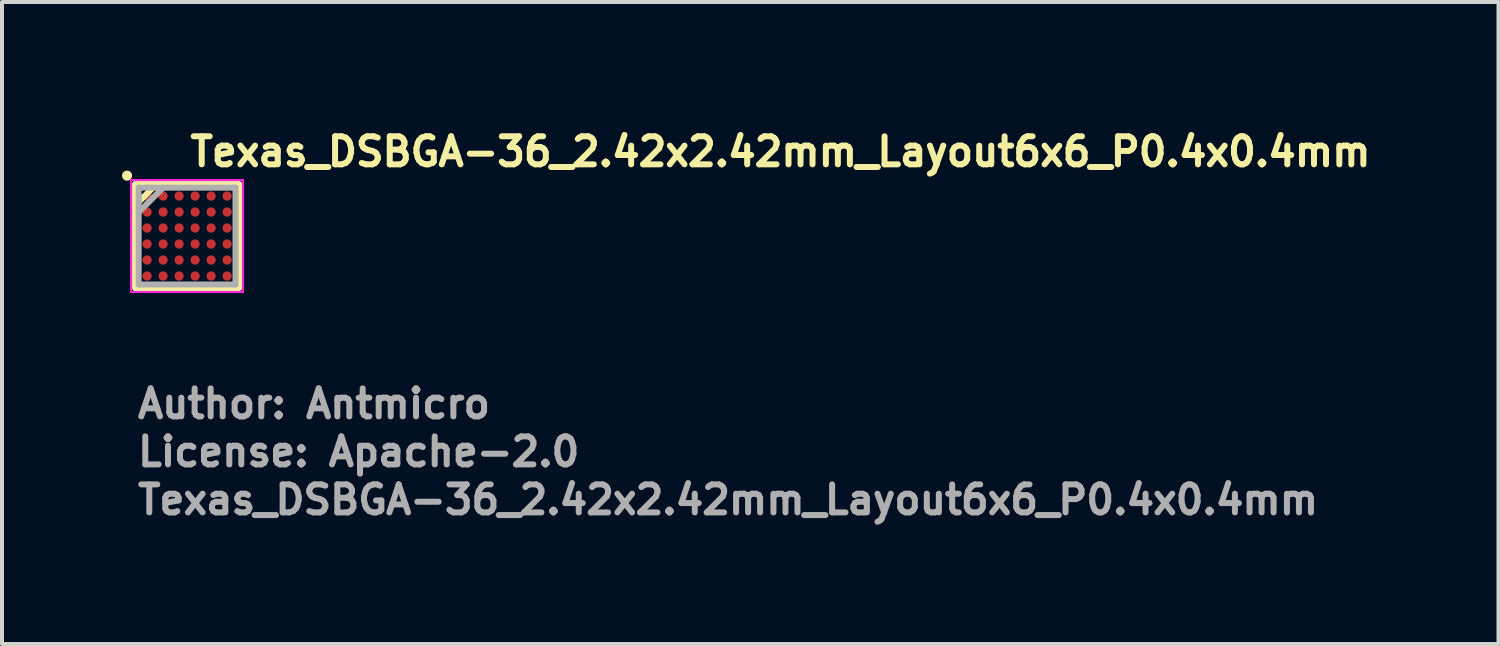
<source format=kicad_pcb>
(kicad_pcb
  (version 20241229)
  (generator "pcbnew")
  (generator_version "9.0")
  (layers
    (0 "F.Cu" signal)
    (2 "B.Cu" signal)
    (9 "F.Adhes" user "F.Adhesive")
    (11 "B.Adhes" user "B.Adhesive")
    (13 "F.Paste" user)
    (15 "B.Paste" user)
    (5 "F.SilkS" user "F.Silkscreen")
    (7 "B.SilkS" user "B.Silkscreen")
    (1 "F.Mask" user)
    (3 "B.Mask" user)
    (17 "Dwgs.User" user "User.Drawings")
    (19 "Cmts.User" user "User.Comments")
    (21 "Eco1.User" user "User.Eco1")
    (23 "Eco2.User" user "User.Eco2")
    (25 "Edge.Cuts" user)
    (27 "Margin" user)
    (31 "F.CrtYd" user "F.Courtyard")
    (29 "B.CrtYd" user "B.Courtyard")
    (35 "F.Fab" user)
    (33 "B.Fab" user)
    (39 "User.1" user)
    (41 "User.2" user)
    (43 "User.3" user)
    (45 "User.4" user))
  (footprint "Texas_DSBGA-36_2.42x2.42mm_Layout6x6_P0.4x0.4mm"
    (layer "F.Cu")
    (at 1.626 2.85)
    (property "Reference" "Texas_DSBGA-36_2.42x2.42mm_Layout6x6_P0.4x0.4mm" (at 0 -1.7 0) (layer "F.SilkS") (effects (font (size 0.7 0.7) (thickness 0.15)) (justify left bottom)))
    (attr smd)
    (fp_line (start -1.262 -0.8) (end -0.8 -1.262) (stroke (width 0.15) (type solid)) (layer "F.SilkS"))
    (fp_rect (start 1.3 1.3) (end -1.3 -1.3) (stroke (width 0.15) (type solid)) (fill no) (layer "F.SilkS"))
    (fp_circle (center -1.5 -1.51) (end -1.449 -1.51) (stroke (width 0.15) (type solid)) (fill yes) (layer "F.SilkS"))
    (fp_rect (start -1.4 -1.4) (end 1.4 1.4) (stroke (width 0.05) (type solid)) (fill no) (layer "F.CrtYd"))
    (fp_line (start -1.21 -1.21) (end 1.21 -1.21) (stroke (width 0.15) (type solid)) (layer "F.Fab"))
    (fp_line (start -1.21 -0.598) (end -0.598 -1.21) (stroke (width 0.15) (type solid)) (layer "F.Fab"))
    (fp_line (start -1.21 1.21) (end -1.21 -1.21) (stroke (width 0.15) (type solid)) (layer "F.Fab"))
    (fp_line (start 1.21 -1.21) (end 1.21 1.21) (stroke (width 0.15) (type solid)) (layer "F.Fab"))
    (fp_line (start 1.21 1.21) (end -1.21 1.21) (stroke (width 0.15) (type solid)) (layer "F.Fab"))
    (fp_rect (start -1.21 -1.21) (end 1.21 1.21) (stroke (width 0.1) (type solid)) (fill no) (layer "User.5"))
    (fp_line (start -1.21 -1.21) (end 1.21 -1.21) (stroke (width 0.02) (type solid)) (layer "User.9"))
    (fp_line (start -1.21 1.21) (end -1.21 -1.21) (stroke (width 0.02) (type solid)) (layer "User.9"))
    (fp_line (start -1.21 1.21) (end 1.21 1.21) (stroke (width 0.02) (type solid)) (layer "User.9"))
    (fp_line (start -1.058 -0.915) (end -1.058 -0.907) (stroke (width 0.02) (type solid)) (layer "User.9"))
    (fp_line (start -1.058 -0.907) (end -1.058 -0.907) (stroke (width 0.02) (type solid)) (layer "User.9"))
    (fp_line (start -1.058 -0.907) (end -1.058 -0.899) (stroke (width 0.02) (type solid)) (layer "User.9"))
    (fp_line (start -1.058 -0.899) (end -1.057 -0.892) (stroke (width 0.02) (type solid)) (layer "User.9"))
    (fp_line (start -1.057 -0.93) (end -1.057 -0.922) (stroke (width 0.02) (type solid)) (layer "User.9"))
    (fp_line (start -1.057 -0.922) (end -1.058 -0.915) (stroke (width 0.02) (type solid)) (layer "User.9"))
    (fp_line (start -1.057 -0.892) (end -1.057 -0.884) (stroke (width 0.02) (type solid)) (layer "User.9"))
    (fp_line (start -1.057 -0.884) (end -1.055 -0.877) (stroke (width 0.02) (type solid)) (layer "User.9"))
    (fp_line (start -1.055 -0.937) (end -1.057 -0.93) (stroke (width 0.02) (type solid)) (layer "User.9"))
    (fp_line (start -1.055 -0.877) (end -1.053 -0.869) (stroke (width 0.02) (type solid)) (layer "User.9"))
    (fp_line (start -1.053 -0.944) (end -1.055 -0.937) (stroke (width 0.02) (type solid)) (layer "User.9"))
    (fp_line (start -1.053 -0.869) (end -1.051 -0.862) (stroke (width 0.02) (type solid)) (layer "User.9"))
    (fp_line (start -1.051 -0.951) (end -1.053 -0.944) (stroke (width 0.02) (type solid)) (layer "User.9"))
    (fp_line (start -1.051 -0.862) (end -1.049 -0.855) (stroke (width 0.02) (type solid)) (layer "User.9"))
    (fp_line (start -1.049 -0.959) (end -1.051 -0.951) (stroke (width 0.02) (type solid)) (layer "User.9"))
    (fp_line (start -1.049 -0.855) (end -1.046 -0.848) (stroke (width 0.02) (type solid)) (layer "User.9"))
    (fp_line (start -1.046 -0.966) (end -1.049 -0.959) (stroke (width 0.02) (type solid)) (layer "User.9"))
    (fp_line (start -1.046 -0.848) (end -1.043 -0.841) (stroke (width 0.02) (type solid)) (layer "User.9"))
    (fp_line (start -1.043 -0.973) (end -1.046 -0.966) (stroke (width 0.02) (type solid)) (layer "User.9"))
    (fp_line (start -1.043 -0.841) (end -1.04 -0.835) (stroke (width 0.02) (type solid)) (layer "User.9"))
    (fp_line (start -1.04 -0.979) (end -1.043 -0.973) (stroke (width 0.02) (type solid)) (layer "User.9"))
    (fp_line (start -1.04 -0.835) (end -1.036 -0.828) (stroke (width 0.02) (type solid)) (layer "User.9"))
    (fp_line (start -1.036 -0.985) (end -1.04 -0.979) (stroke (width 0.02) (type solid)) (layer "User.9"))
    (fp_line (start -1.036 -0.828) (end -1.032 -0.821) (stroke (width 0.02) (type solid)) (layer "User.9"))
    (fp_line (start -1.032 -0.992) (end -1.036 -0.985) (stroke (width 0.02) (type solid)) (layer "User.9"))
    (fp_line (start -1.032 -0.821) (end -1.028 -0.816) (stroke (width 0.02) (type solid)) (layer "User.9"))
    (fp_line (start -1.028 -0.997) (end -1.032 -0.992) (stroke (width 0.02) (type solid)) (layer "User.9"))
    (fp_line (start -1.028 -0.816) (end -1.024 -0.811) (stroke (width 0.02) (type solid)) (layer "User.9"))
    (fp_line (start -1.024 -1.002) (end -1.028 -0.997) (stroke (width 0.02) (type solid)) (layer "User.9"))
    (fp_line (start -1.024 -0.811) (end -1.018 -0.805) (stroke (width 0.02) (type solid)) (layer "User.9"))
    (fp_line (start -1.018 -1.008) (end -1.024 -1.002) (stroke (width 0.02) (type solid)) (layer "User.9"))
    (fp_line (start -1.018 -0.805) (end -1.014 -0.8) (stroke (width 0.02) (type solid)) (layer "User.9"))
    (fp_line (start -1.014 -1.014) (end -1.018 -1.008) (stroke (width 0.02) (type solid)) (layer "User.9"))
    (fp_line (start -1.014 -0.8) (end -1.008 -0.795) (stroke (width 0.02) (type solid)) (layer "User.9"))
    (fp_line (start -1.008 -1.018) (end -1.014 -1.014) (stroke (width 0.02) (type solid)) (layer "User.9"))
    (fp_line (start -1.008 -0.795) (end -1.002 -0.79) (stroke (width 0.02) (type solid)) (layer "User.9"))
    (fp_line (start -1.002 -1.024) (end -1.008 -1.018) (stroke (width 0.02) (type solid)) (layer "User.9"))
    (fp_line (start -1.002 -0.79) (end -0.997 -0.786) (stroke (width 0.02) (type solid)) (layer "User.9"))
    (fp_line (start -0.997 -1.028) (end -1.002 -1.024) (stroke (width 0.02) (type solid)) (layer "User.9"))
    (fp_line (start -0.997 -0.786) (end -0.992 -0.782) (stroke (width 0.02) (type solid)) (layer "User.9"))
    (fp_line (start -0.992 -1.032) (end -0.997 -1.028) (stroke (width 0.02) (type solid)) (layer "User.9"))
    (fp_line (start -0.992 -0.782) (end -0.985 -0.778) (stroke (width 0.02) (type solid)) (layer "User.9"))
    (fp_line (start -0.985 -1.036) (end -0.992 -1.032) (stroke (width 0.02) (type solid)) (layer "User.9"))
    (fp_line (start -0.985 -0.778) (end -0.979 -0.774) (stroke (width 0.02) (type solid)) (layer "User.9"))
    (fp_line (start -0.979 -1.04) (end -0.985 -1.036) (stroke (width 0.02) (type solid)) (layer "User.9"))
    (fp_line (start -0.979 -0.774) (end -0.973 -0.771) (stroke (width 0.02) (type solid)) (layer "User.9"))
    (fp_line (start -0.973 -1.043) (end -0.979 -1.04) (stroke (width 0.02) (type solid)) (layer "User.9"))
    (fp_line (start -0.973 -0.771) (end -0.966 -0.768) (stroke (width 0.02) (type solid)) (layer "User.9"))
    (fp_line (start -0.966 -1.046) (end -0.973 -1.043) (stroke (width 0.02) (type solid)) (layer "User.9"))
    (fp_line (start -0.966 -0.768) (end -0.959 -0.765) (stroke (width 0.02) (type solid)) (layer "User.9"))
    (fp_line (start -0.959 -1.049) (end -0.966 -1.046) (stroke (width 0.02) (type solid)) (layer "User.9"))
    (fp_line (start -0.959 -0.765) (end -0.951 -0.763) (stroke (width 0.02) (type solid)) (layer "User.9"))
    (fp_line (start -0.951 -1.051) (end -0.959 -1.049) (stroke (width 0.02) (type solid)) (layer "User.9"))
    (fp_line (start -0.951 -0.763) (end -0.944 -0.761) (stroke (width 0.02) (type solid)) (layer "User.9"))
    (fp_line (start -0.944 -1.053) (end -0.951 -1.051) (stroke (width 0.02) (type solid)) (layer "User.9"))
    (fp_line (start -0.944 -0.761) (end -0.937 -0.759) (stroke (width 0.02) (type solid)) (layer "User.9"))
    (fp_line (start -0.937 -1.055) (end -0.944 -1.053) (stroke (width 0.02) (type solid)) (layer "User.9"))
    (fp_line (start -0.937 -0.759) (end -0.93 -0.757) (stroke (width 0.02) (type solid)) (layer "User.9"))
    (fp_line (start -0.93 -1.057) (end -0.937 -1.055) (stroke (width 0.02) (type solid)) (layer "User.9"))
    (fp_line (start -0.93 -0.757) (end -0.922 -0.757) (stroke (width 0.02) (type solid)) (layer "User.9"))
    (fp_line (start -0.922 -1.057) (end -0.93 -1.057) (stroke (width 0.02) (type solid)) (layer "User.9"))
    (fp_line (start -0.922 -0.757) (end -0.915 -0.756) (stroke (width 0.02) (type solid)) (layer "User.9"))
    (fp_line (start -0.915 -1.058) (end -0.922 -1.057) (stroke (width 0.02) (type solid)) (layer "User.9"))
    (fp_line (start -0.915 -0.756) (end -0.907 -0.756) (stroke (width 0.02) (type solid)) (layer "User.9"))
    (fp_line (start -0.907 -1.058) (end -0.915 -1.058) (stroke (width 0.02) (type solid)) (layer "User.9"))
    (fp_line (start -0.907 -1.058) (end -0.907 -1.058) (stroke (width 0.02) (type solid)) (layer "User.9"))
    (fp_line (start -0.907 -0.756) (end -0.907 -0.756) (stroke (width 0.02) (type solid)) (layer "User.9"))
    (fp_line (start -0.907 -0.756) (end -0.899 -0.756) (stroke (width 0.02) (type solid)) (layer "User.9"))
    (fp_line (start -0.899 -1.058) (end -0.907 -1.058) (stroke (width 0.02) (type solid)) (layer "User.9"))
    (fp_line (start -0.899 -0.756) (end -0.892 -0.757) (stroke (width 0.02) (type solid)) (layer "User.9"))
    (fp_line (start -0.892 -1.057) (end -0.899 -1.058) (stroke (width 0.02) (type solid)) (layer "User.9"))
    (fp_line (start -0.892 -0.757) (end -0.884 -0.757) (stroke (width 0.02) (type solid)) (layer "User.9"))
    (fp_line (start -0.884 -1.057) (end -0.892 -1.057) (stroke (width 0.02) (type solid)) (layer "User.9"))
    (fp_line (start -0.884 -0.757) (end -0.877 -0.759) (stroke (width 0.02) (type solid)) (layer "User.9"))
    (fp_line (start -0.877 -1.055) (end -0.884 -1.057) (stroke (width 0.02) (type solid)) (layer "User.9"))
    (fp_line (start -0.877 -0.759) (end -0.869 -0.761) (stroke (width 0.02) (type solid)) (layer "User.9"))
    (fp_line (start -0.869 -1.053) (end -0.877 -1.055) (stroke (width 0.02) (type solid)) (layer "User.9"))
    (fp_line (start -0.869 -0.761) (end -0.862 -0.763) (stroke (width 0.02) (type solid)) (layer "User.9"))
    (fp_line (start -0.862 -1.051) (end -0.869 -1.053) (stroke (width 0.02) (type solid)) (layer "User.9"))
    (fp_line (start -0.862 -0.763) (end -0.855 -0.765) (stroke (width 0.02) (type solid)) (layer "User.9"))
    (fp_line (start -0.855 -1.049) (end -0.862 -1.051) (stroke (width 0.02) (type solid)) (layer "User.9"))
    (fp_line (start -0.855 -0.765) (end -0.848 -0.768) (stroke (width 0.02) (type solid)) (layer "User.9"))
    (fp_line (start -0.848 -1.046) (end -0.855 -1.049) (stroke (width 0.02) (type solid)) (layer "User.9"))
    (fp_line (start -0.848 -0.768) (end -0.841 -0.771) (stroke (width 0.02) (type solid)) (layer "User.9"))
    (fp_line (start -0.841 -1.043) (end -0.848 -1.046) (stroke (width 0.02) (type solid)) (layer "User.9"))
    (fp_line (start -0.841 -0.771) (end -0.835 -0.774) (stroke (width 0.02) (type solid)) (layer "User.9"))
    (fp_line (start -0.835 -1.04) (end -0.841 -1.043) (stroke (width 0.02) (type solid)) (layer "User.9"))
    (fp_line (start -0.835 -0.774) (end -0.828 -0.778) (stroke (width 0.02) (type solid)) (layer "User.9"))
    (fp_line (start -0.828 -1.036) (end -0.835 -1.04) (stroke (width 0.02) (type solid)) (layer "User.9"))
    (fp_line (start -0.828 -0.778) (end -0.821 -0.782) (stroke (width 0.02) (type solid)) (layer "User.9"))
    (fp_line (start -0.821 -1.032) (end -0.828 -1.036) (stroke (width 0.02) (type solid)) (layer "User.9"))
    (fp_line (start -0.821 -0.782) (end -0.816 -0.786) (stroke (width 0.02) (type solid)) (layer "User.9"))
    (fp_line (start -0.816 -1.028) (end -0.821 -1.032) (stroke (width 0.02) (type solid)) (layer "User.9"))
    (fp_line (start -0.816 -0.786) (end -0.811 -0.79) (stroke (width 0.02) (type solid)) (layer "User.9"))
    (fp_line (start -0.811 -1.024) (end -0.816 -1.028) (stroke (width 0.02) (type solid)) (layer "User.9"))
    (fp_line (start -0.811 -0.79) (end -0.805 -0.795) (stroke (width 0.02) (type solid)) (layer "User.9"))
    (fp_line (start -0.805 -1.018) (end -0.811 -1.024) (stroke (width 0.02) (type solid)) (layer "User.9"))
    (fp_line (start -0.805 -0.795) (end -0.8 -0.8) (stroke (width 0.02) (type solid)) (layer "User.9"))
    (fp_line (start -0.8 -1.014) (end -0.805 -1.018) (stroke (width 0.02) (type solid)) (layer "User.9"))
    (fp_line (start -0.8 -0.8) (end -0.795 -0.805) (stroke (width 0.02) (type solid)) (layer "User.9"))
    (fp_line (start -0.795 -1.008) (end -0.8 -1.014) (stroke (width 0.02) (type solid)) (layer "User.9"))
    (fp_line (start -0.795 -0.805) (end -0.79 -0.811) (stroke (width 0.02) (type solid)) (layer "User.9"))
    (fp_line (start -0.79 -1.002) (end -0.795 -1.008) (stroke (width 0.02) (type solid)) (layer "User.9"))
    (fp_line (start -0.79 -0.811) (end -0.786 -0.816) (stroke (width 0.02) (type solid)) (layer "User.9"))
    (fp_line (start -0.786 -0.997) (end -0.79 -1.002) (stroke (width 0.02) (type solid)) (layer "User.9"))
    (fp_line (start -0.786 -0.816) (end -0.782 -0.821) (stroke (width 0.02) (type solid)) (layer "User.9"))
    (fp_line (start -0.782 -0.992) (end -0.786 -0.997) (stroke (width 0.02) (type solid)) (layer "User.9"))
    (fp_line (start -0.782 -0.821) (end -0.778 -0.828) (stroke (width 0.02) (type solid)) (layer "User.9"))
    (fp_line (start -0.778 -0.985) (end -0.782 -0.992) (stroke (width 0.02) (type solid)) (layer "User.9"))
    (fp_line (start -0.778 -0.828) (end -0.774 -0.835) (stroke (width 0.02) (type solid)) (layer "User.9"))
    (fp_line (start -0.774 -0.979) (end -0.778 -0.985) (stroke (width 0.02) (type solid)) (layer "User.9"))
    (fp_line (start -0.774 -0.835) (end -0.771 -0.841) (stroke (width 0.02) (type solid)) (layer "User.9"))
    (fp_line (start -0.771 -0.973) (end -0.774 -0.979) (stroke (width 0.02) (type solid)) (layer "User.9"))
    (fp_line (start -0.771 -0.841) (end -0.768 -0.848) (stroke (width 0.02) (type solid)) (layer "User.9"))
    (fp_line (start -0.768 -0.966) (end -0.771 -0.973) (stroke (width 0.02) (type solid)) (layer "User.9"))
    (fp_line (start -0.768 -0.848) (end -0.765 -0.855) (stroke (width 0.02) (type solid)) (layer "User.9"))
    (fp_line (start -0.765 -0.959) (end -0.768 -0.966) (stroke (width 0.02) (type solid)) (layer "User.9"))
    (fp_line (start -0.765 -0.855) (end -0.763 -0.862) (stroke (width 0.02) (type solid)) (layer "User.9"))
    (fp_line (start -0.763 -0.951) (end -0.765 -0.959) (stroke (width 0.02) (type solid)) (layer "User.9"))
    (fp_line (start -0.763 -0.862) (end -0.761 -0.869) (stroke (width 0.02) (type solid)) (layer "User.9"))
    (fp_line (start -0.761 -0.944) (end -0.763 -0.951) (stroke (width 0.02) (type solid)) (layer "User.9"))
    (fp_line (start -0.761 -0.869) (end -0.759 -0.877) (stroke (width 0.02) (type solid)) (layer "User.9"))
    (fp_line (start -0.759 -0.937) (end -0.761 -0.944) (stroke (width 0.02) (type solid)) (layer "User.9"))
    (fp_line (start -0.759 -0.877) (end -0.757 -0.884) (stroke (width 0.02) (type solid)) (layer "User.9"))
    (fp_line (start -0.757 -0.93) (end -0.759 -0.937) (stroke (width 0.02) (type solid)) (layer "User.9"))
    (fp_line (start -0.757 -0.922) (end -0.757 -0.93) (stroke (width 0.02) (type solid)) (layer "User.9"))
    (fp_line (start -0.757 -0.892) (end -0.756 -0.899) (stroke (width 0.02) (type solid)) (layer "User.9"))
    (fp_line (start -0.757 -0.884) (end -0.757 -0.892) (stroke (width 0.02) (type solid)) (layer "User.9"))
    (fp_line (start -0.756 -0.915) (end -0.757 -0.922) (stroke (width 0.02) (type solid)) (layer "User.9"))
    (fp_line (start -0.756 -0.907) (end -0.756 -0.915) (stroke (width 0.02) (type solid)) (layer "User.9"))
    (fp_line (start -0.756 -0.907) (end -0.756 -0.907) (stroke (width 0.02) (type solid)) (layer "User.9"))
    (fp_line (start -0.756 -0.907) (end -0.756 -0.907) (stroke (width 0.02) (type solid)) (layer "User.9"))
    (fp_line (start -0.756 -0.899) (end -0.756 -0.907) (stroke (width 0.02) (type solid)) (layer "User.9"))
    (fp_line (start 1.21 1.21) (end 1.21 -1.21) (stroke (width 0.02) (type solid)) (layer "User.9"))
    (fp_text user "${REFERENCE}" (at -1.31 7 0) (layer "F.Fab") (effects (font (size 0.7 0.7) (thickness 0.15)) (justify left bottom)))
    (fp_text user "License: Apache-2.0" (at -1.31 5.8 0) (layer "F.Fab") (effects (font (size 0.7 0.7) (thickness 0.15)) (justify left bottom)))
    (fp_text user "Author: Antmicro" (at -1.31 4.6 0) (layer "F.Fab") (effects (font (size 0.7 0.7) (thickness 0.15)) (justify left bottom)))
    (pad "A1" smd circle (at -1 -1 90) (size 0.23 0.23) (layers "F.Cu" "F.Mask" "F.Paste"))
    (pad "A2" smd circle (at -0.6 -1 90) (size 0.23 0.23) (layers "F.Cu" "F.Mask" "F.Paste"))
    (pad "A3" smd circle (at -0.2 -1 90) (size 0.23 0.23) (layers "F.Cu" "F.Mask" "F.Paste"))
    (pad "A4" smd circle (at 0.2 -1 90) (size 0.23 0.23) (layers "F.Cu" "F.Mask" "F.Paste"))
    (pad "A5" smd circle (at 0.6 -1 90) (size 0.23 0.23) (layers "F.Cu" "F.Mask" "F.Paste"))
    (pad "A6" smd circle (at 1 -1 90) (size 0.23 0.23) (layers "F.Cu" "F.Mask" "F.Paste"))
    (pad "B1" smd circle (at -1 -0.6 90) (size 0.23 0.23) (layers "F.Cu" "F.Mask" "F.Paste"))
    (pad "B2" smd circle (at -0.6 -0.6 90) (size 0.23 0.23) (layers "F.Cu" "F.Mask" "F.Paste"))
    (pad "B3" smd circle (at -0.2 -0.6 90) (size 0.23 0.23) (layers "F.Cu" "F.Mask" "F.Paste"))
    (pad "B4" smd circle (at 0.2 -0.6 90) (size 0.23 0.23) (layers "F.Cu" "F.Mask" "F.Paste"))
    (pad "B5" smd circle (at 0.6 -0.6 90) (size 0.23 0.23) (layers "F.Cu" "F.Mask" "F.Paste"))
    (pad "B6" smd circle (at 1 -0.6 90) (size 0.23 0.23) (layers "F.Cu" "F.Mask" "F.Paste"))
    (pad "C1" smd circle (at -1 -0.2 90) (size 0.23 0.23) (layers "F.Cu" "F.Mask" "F.Paste"))
    (pad "C2" smd circle (at -0.6 -0.2 90) (size 0.23 0.23) (layers "F.Cu" "F.Mask" "F.Paste"))
    (pad "C3" smd circle (at -0.2 -0.2 90) (size 0.23 0.23) (layers "F.Cu" "F.Mask" "F.Paste"))
    (pad "C4" smd circle (at 0.2 -0.2 90) (size 0.23 0.23) (layers "F.Cu" "F.Mask" "F.Paste"))
    (pad "C5" smd circle (at 0.6 -0.2 90) (size 0.23 0.23) (layers "F.Cu" "F.Mask" "F.Paste"))
    (pad "C6" smd circle (at 1 -0.2 90) (size 0.23 0.23) (layers "F.Cu" "F.Mask" "F.Paste"))
    (pad "D1" smd circle (at -1 0.2 90) (size 0.23 0.23) (layers "F.Cu" "F.Mask" "F.Paste"))
    (pad "D2" smd circle (at -0.6 0.2 90) (size 0.23 0.23) (layers "F.Cu" "F.Mask" "F.Paste"))
    (pad "D3" smd circle (at -0.2 0.2 90) (size 0.23 0.23) (layers "F.Cu" "F.Mask" "F.Paste"))
    (pad "D4" smd circle (at 0.2 0.2 90) (size 0.23 0.23) (layers "F.Cu" "F.Mask" "F.Paste"))
    (pad "D5" smd circle (at 0.6 0.2 90) (size 0.23 0.23) (layers "F.Cu" "F.Mask" "F.Paste"))
    (pad "D6" smd circle (at 1 0.2 90) (size 0.23 0.23) (layers "F.Cu" "F.Mask" "F.Paste"))
    (pad "E1" smd circle (at -1 0.6 90) (size 0.23 0.23) (layers "F.Cu" "F.Mask" "F.Paste"))
    (pad "E2" smd circle (at -0.6 0.6 90) (size 0.23 0.23) (layers "F.Cu" "F.Mask" "F.Paste"))
    (pad "E3" smd circle (at -0.2 0.6 90) (size 0.23 0.23) (layers "F.Cu" "F.Mask" "F.Paste"))
    (pad "E4" smd circle (at 0.2 0.6 90) (size 0.23 0.23) (layers "F.Cu" "F.Mask" "F.Paste"))
    (pad "E5" smd circle (at 0.6 0.6 90) (size 0.23 0.23) (layers "F.Cu" "F.Mask" "F.Paste"))
    (pad "E6" smd circle (at 1 0.6 90) (size 0.23 0.23) (layers "F.Cu" "F.Mask" "F.Paste"))
    (pad "F1" smd circle (at -1 1 90) (size 0.23 0.23) (layers "F.Cu" "F.Mask" "F.Paste"))
    (pad "F2" smd circle (at -0.6 1 90) (size 0.23 0.23) (layers "F.Cu" "F.Mask" "F.Paste"))
    (pad "F3" smd circle (at -0.2 1 90) (size 0.23 0.23) (layers "F.Cu" "F.Mask" "F.Paste"))
    (pad "F4" smd circle (at 0.2 1 90) (size 0.23 0.23) (layers "F.Cu" "F.Mask" "F.Paste"))
    (pad "F5" smd circle (at 0.6 1 90) (size 0.23 0.23) (layers "F.Cu" "F.Mask" "F.Paste"))
    (pad "F6" smd circle (at 1 1 90) (size 0.23 0.23) (layers "F.Cu" "F.Mask" "F.Paste")))
  (gr_rect
    (start -3 -3)
    (end 34.403 13.046)
    (stroke (width 0.1) (type default))
    (fill no)
    (layer "Edge.Cuts")))
</source>
